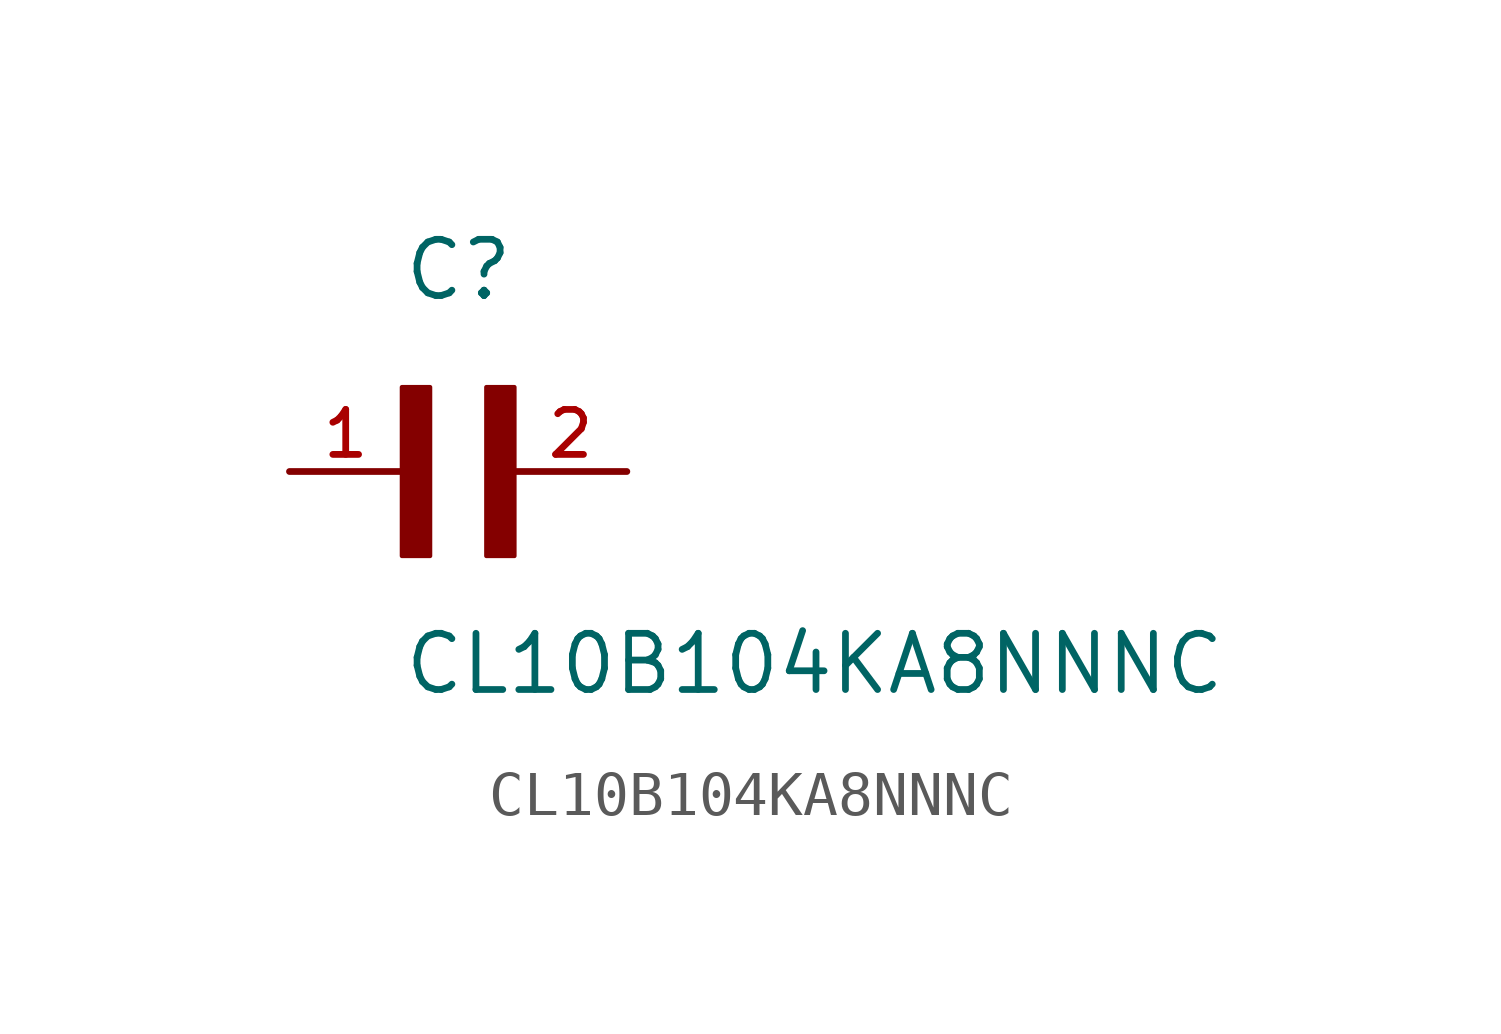
<source format=kicad_sym>
(kicad_symbol_lib
  (version 20211014)
  (generator kicad_symbol_editor)
  (symbol "CL10B104KA8NNNC"
    (pin_names
      (offset 1.016))
    (property "Reference" "C"
      (at 0.0 3.811 0)
      (effects (font (size 1.27 1.27)) (justify bottom left)))
    (property "Value" "CL10B104KA8NNNC"
      (at 0.0 -5.088 0)
      (effects (font (size 1.27 1.27)) (justify bottom left)))
    (symbol "CL10B104KA8NNNC_0_0"
      (rectangle (start 0.0 -1.907) (end 0.635 1.905) (stroke (width 0.1)) (fill (type outline)))
      (rectangle (start 1.907 -1.907) (end 2.54 1.905) (stroke (width 0.1)) (fill (type outline)))
      (pin passive line (at -2.54 0.0 0) (length 2.54) (name "~" (effects (font (size 1.016 1.016)))) (number "1" (effects (font (size 1.016 1.016)))))
      (pin passive line (at 5.08 0.0 180.0) (length 2.54) (name "~" (effects (font (size 1.016 1.016)))) (number "2" (effects (font (size 1.016 1.016))))))))
</source>
